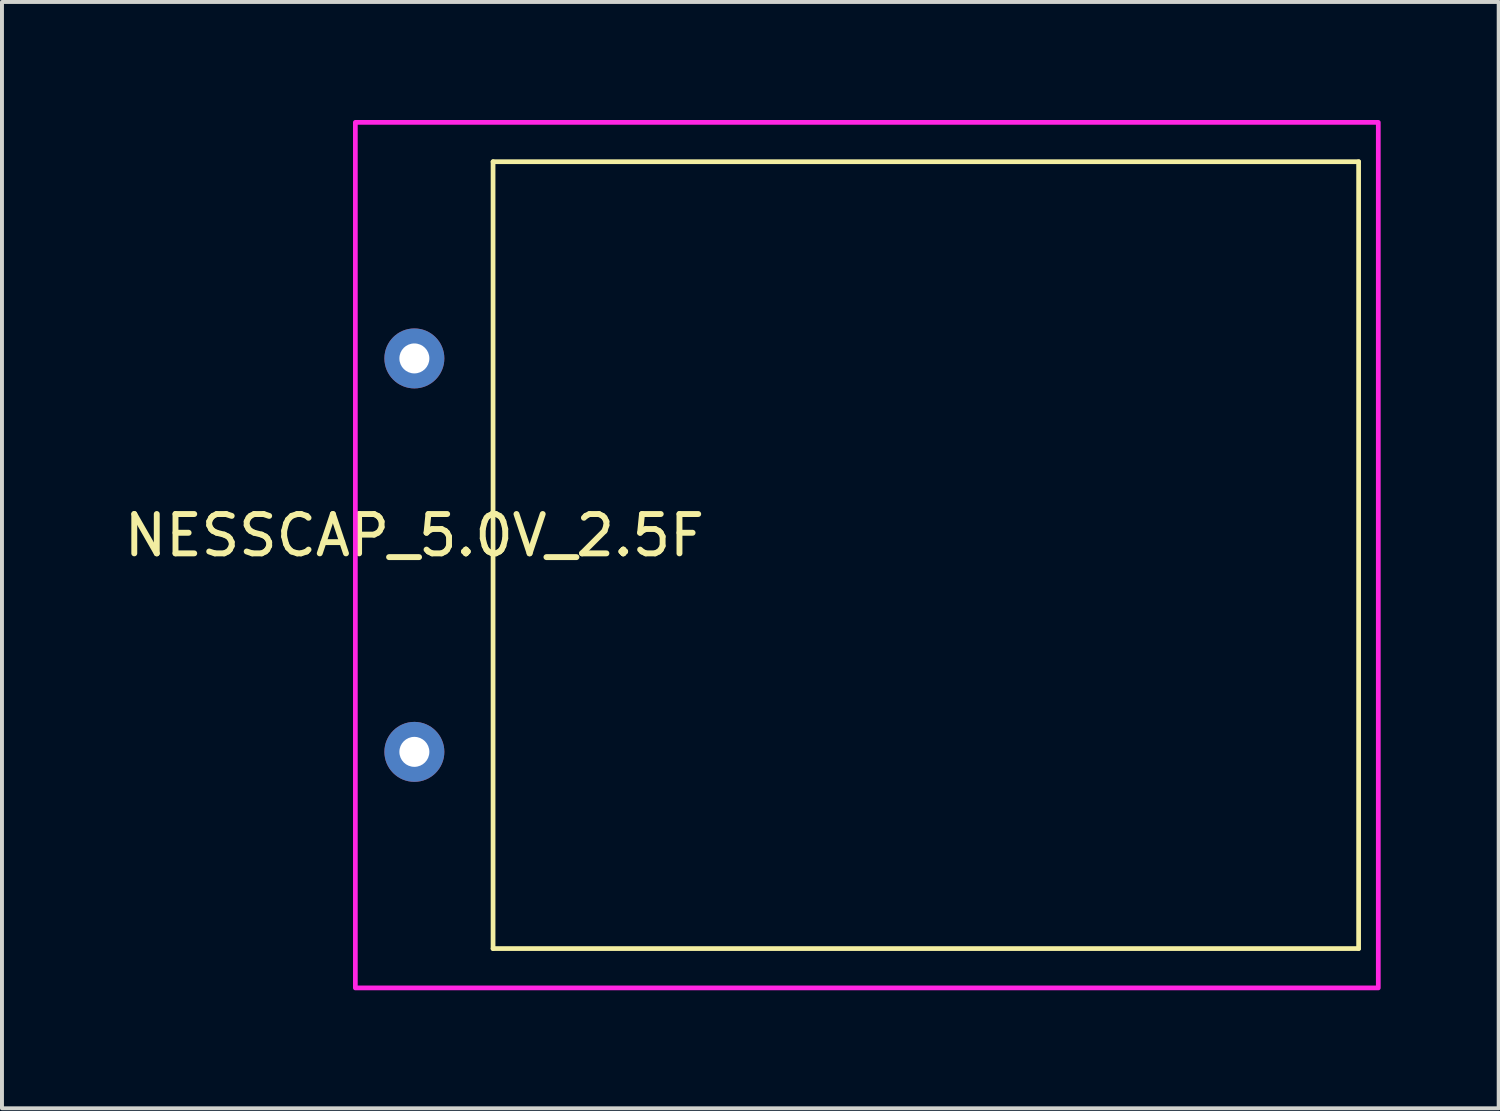
<source format=kicad_pcb>
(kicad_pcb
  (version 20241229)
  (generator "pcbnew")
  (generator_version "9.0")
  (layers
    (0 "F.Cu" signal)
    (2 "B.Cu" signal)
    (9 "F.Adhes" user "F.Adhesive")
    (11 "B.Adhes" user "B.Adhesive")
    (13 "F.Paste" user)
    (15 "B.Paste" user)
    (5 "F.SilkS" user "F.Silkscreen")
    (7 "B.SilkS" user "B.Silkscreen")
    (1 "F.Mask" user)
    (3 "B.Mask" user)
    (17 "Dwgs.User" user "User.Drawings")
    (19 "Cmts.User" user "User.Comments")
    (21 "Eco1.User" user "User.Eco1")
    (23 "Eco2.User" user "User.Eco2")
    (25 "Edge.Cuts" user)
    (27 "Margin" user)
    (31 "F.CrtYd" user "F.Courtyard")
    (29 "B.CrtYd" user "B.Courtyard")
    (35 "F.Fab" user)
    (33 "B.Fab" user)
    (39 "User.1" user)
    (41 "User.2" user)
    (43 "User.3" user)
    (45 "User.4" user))
  (footprint "NESSCAP_5.0V_2.5F"
    (layer "F.Cu")
    (at 7.482 11.06)
    (property "Reference" "NESSCAP_5.0V_2.5F" (at 0 -0.5 0) (unlocked yes) (layer "F.SilkS") (effects (font (size 1 1) (thickness 0.15))))
    (attr through_hole)
    (fp_line (start 2 -10) (end 2 10) (stroke (width 0.12) (type default)) (layer "F.SilkS"))
    (fp_line (start 2 10) (end 24 10) (stroke (width 0.12) (type default)) (layer "F.SilkS"))
    (fp_line (start 24 -10) (end 2 -10) (stroke (width 0.12) (type default)) (layer "F.SilkS"))
    (fp_line (start 24 10) (end 24 -10) (stroke (width 0.12) (type default)) (layer "F.SilkS"))
    (fp_rect (start -1.5 -11) (end 24.5 11) (stroke (width 0.12) (type default)) (fill no) (layer "F.CrtYd"))
    (pad "1" thru_hole circle (at 0 -5) (size 1.524 1.524) (drill 0.762) (layers "*.Cu" "*.Mask"))
    (pad "2" thru_hole circle (at 0 5) (size 1.524 1.524) (drill 0.762) (layers "*.Cu" "*.Mask")))
  (gr_rect
    (start -3 -3)
    (end 35.042 25.12)
    (stroke (width 0.1) (type default))
    (fill no)
    (layer "Edge.Cuts")))
</source>
